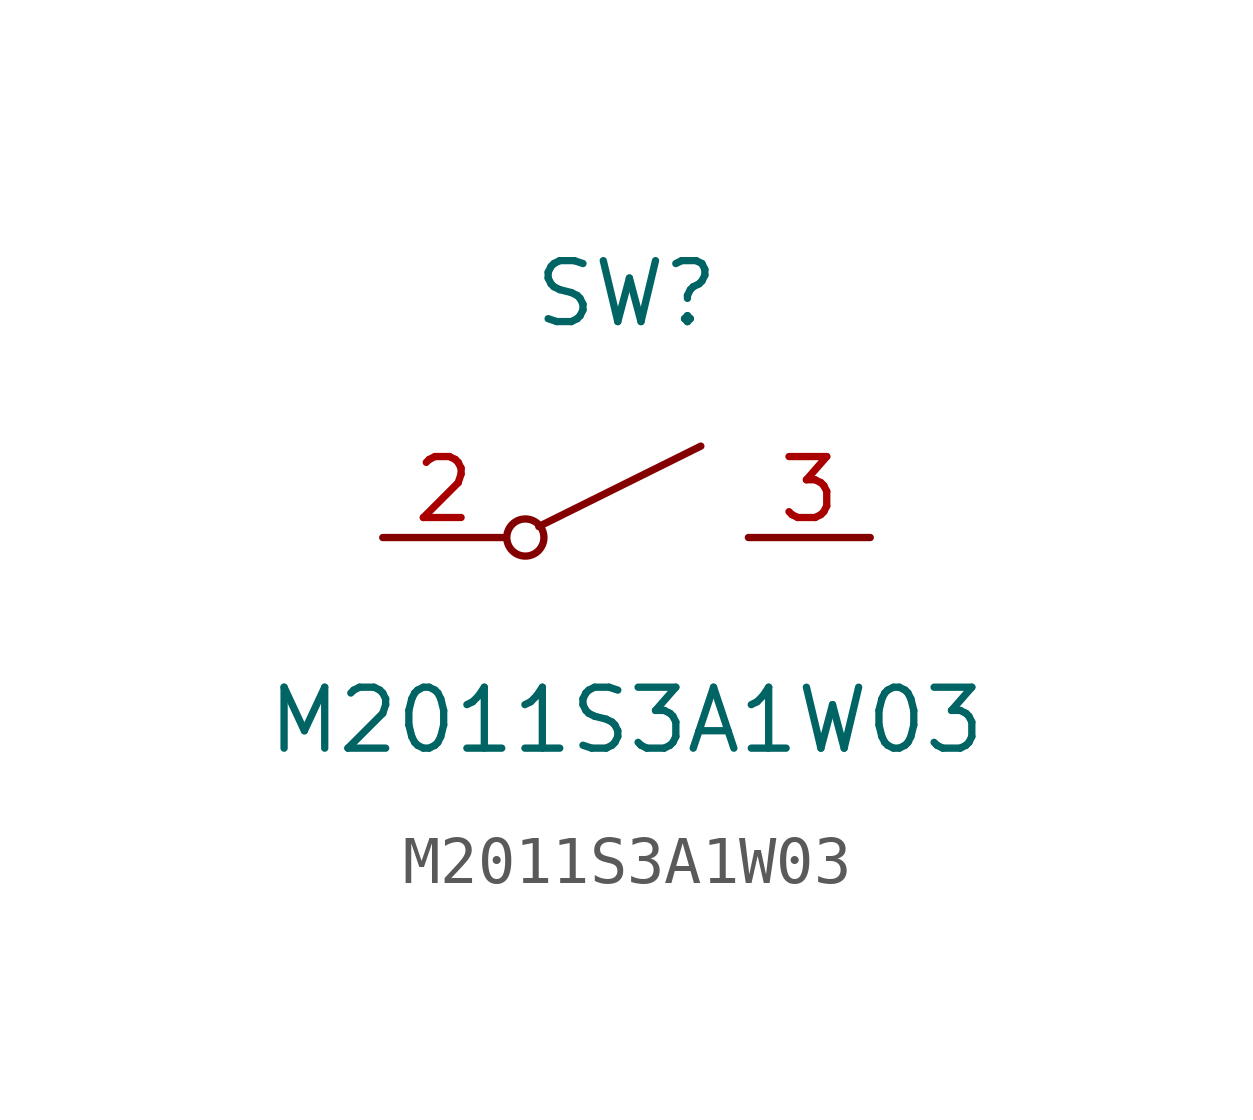
<source format=kicad_sym>
(kicad_symbol_lib
  (version 20211014)
  (generator kicad_symbol_editor)
  (symbol "M2011S3A1W03"
    (pin_names hide)
    (property "Reference" "SW"
      (at 0 5.08 0)
      (effects (font (size 1.27 1.27))))
    (property "Value" "M2011S3A1W03"
      (at 0 -3.81 0)
      (effects (font (size 1.27 1.27))))
    (symbol "M2011S3A1W03_0_1"
      (circle (center -2.108 0) (radius 0.387) (stroke (width 0) (type default) (color 0 0 0 0)) (fill (type none)))
      (polyline (pts (xy -1.829 0.229) (xy 1.549 1.905)) (stroke (width 0) (type default) (color 0 0 0 0)) (fill (type none))))
    (symbol "M2011S3A1W03_1_1"
      (pin passive line (at -5.08 0 0) (length 2.54) (name "A" (effects (font (size 1.27 1.27)))) (number "2" (effects (font (size 1.27 1.27)))))
      (pin passive line (at 5.08 0 180) (length 2.54) (name "B" (effects (font (size 1.27 1.27)))) (number "3" (effects (font (size 1.27 1.27))))))))
</source>
